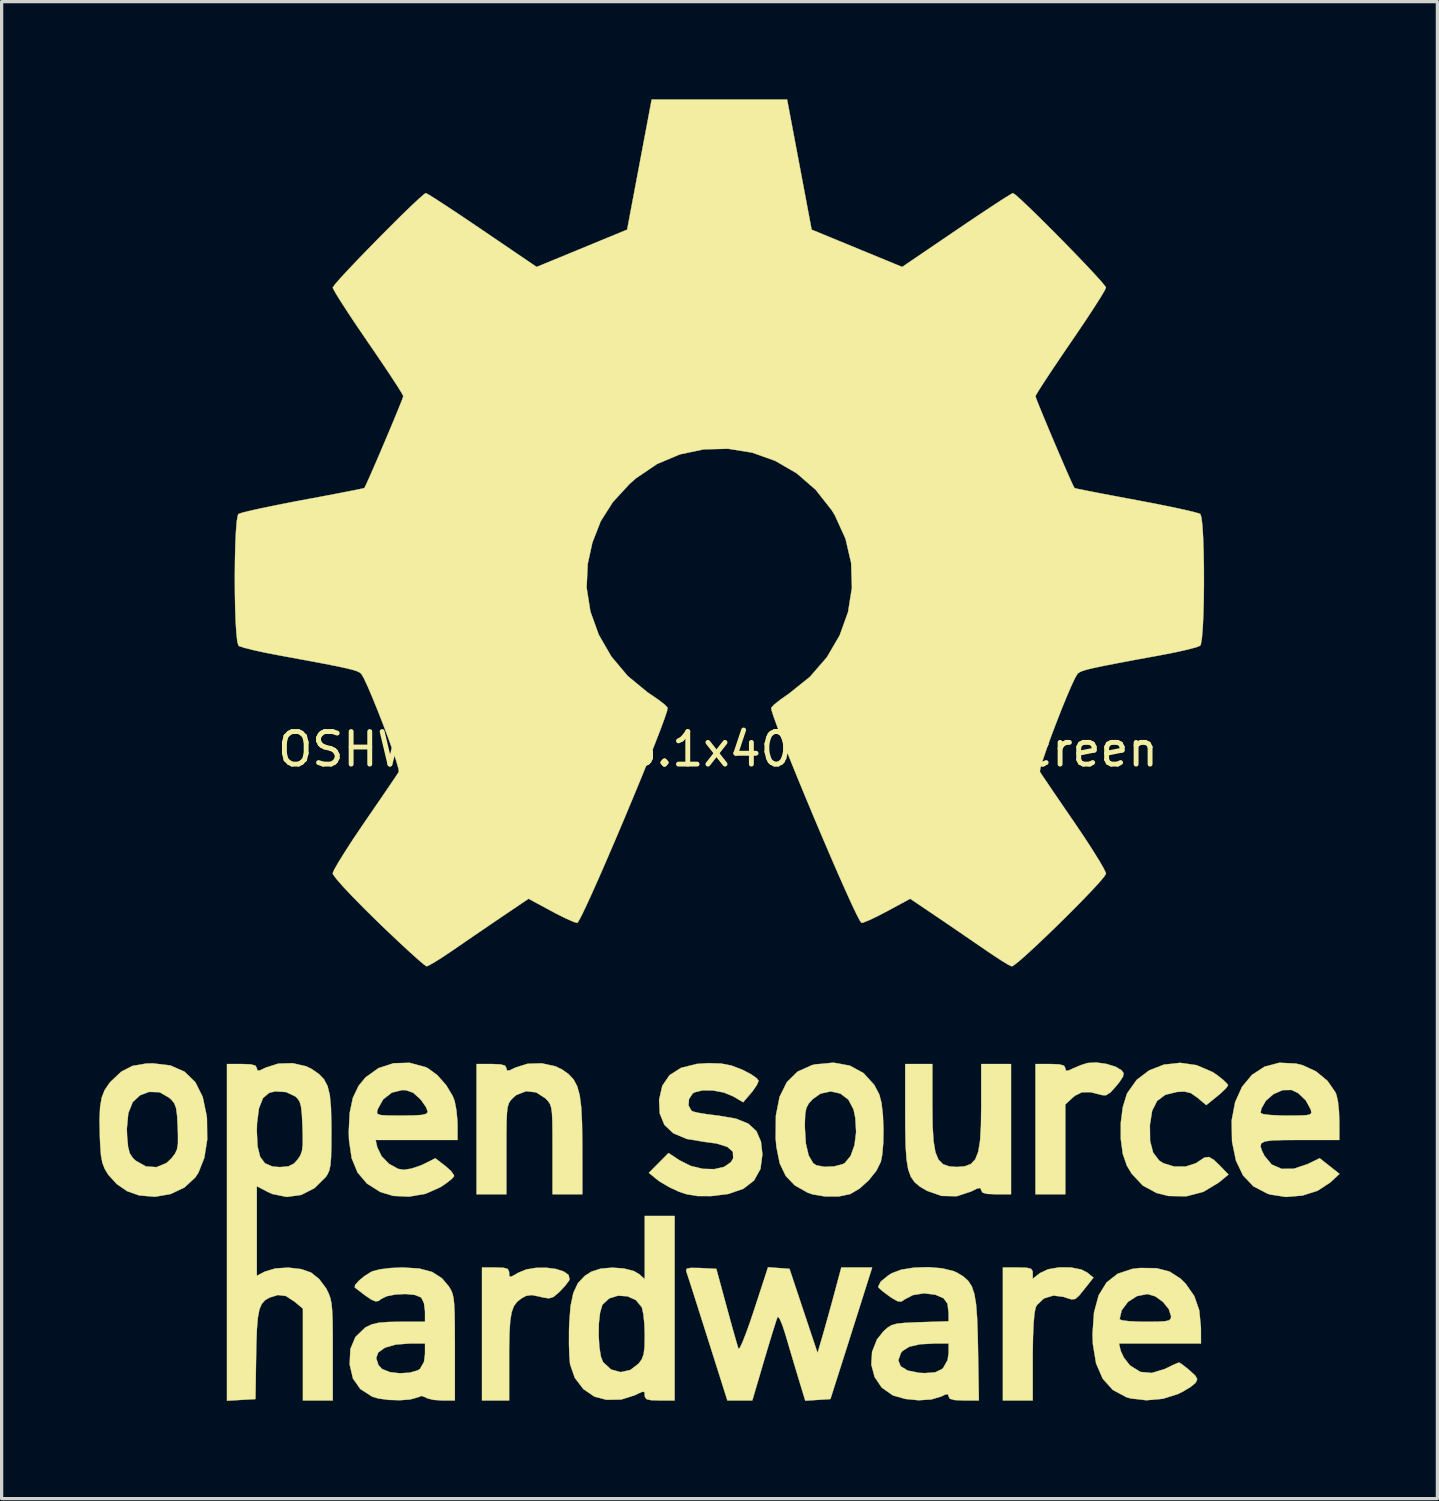
<source format=kicad_pcb>
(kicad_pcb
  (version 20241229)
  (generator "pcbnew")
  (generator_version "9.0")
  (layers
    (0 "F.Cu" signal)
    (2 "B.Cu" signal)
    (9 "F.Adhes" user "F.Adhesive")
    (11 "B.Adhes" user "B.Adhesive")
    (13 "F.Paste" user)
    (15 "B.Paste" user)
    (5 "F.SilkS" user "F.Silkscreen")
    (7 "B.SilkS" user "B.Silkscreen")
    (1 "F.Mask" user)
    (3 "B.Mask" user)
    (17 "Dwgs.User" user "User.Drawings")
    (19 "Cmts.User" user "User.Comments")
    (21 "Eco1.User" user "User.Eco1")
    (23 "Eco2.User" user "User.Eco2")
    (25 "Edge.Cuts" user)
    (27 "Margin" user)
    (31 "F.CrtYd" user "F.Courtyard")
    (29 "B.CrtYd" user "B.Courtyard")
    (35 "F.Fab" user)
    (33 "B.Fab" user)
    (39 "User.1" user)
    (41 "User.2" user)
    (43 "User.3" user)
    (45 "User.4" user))
  (footprint "OSHW-Logo_38.1x40mm_SilkScreen"
    (layer "F.Cu")
    (at 18.99 19.95)
    (property "Reference" "OSHW-Logo_38.1x40mm_SilkScreen" (at 0 0 0) (layer "F.SilkS") (effects (font (size 1 1) (thickness 0.15))))
    (attr board_only exclude_from_pos_files exclude_from_bom allow_missing_courtyard)
    (fp_poly (pts (xy 11.918 9.656) (xy 12.204 9.744) (xy 12.389 9.855) (xy 12.449 9.942) (xy 12.432 10.046) (xy 12.325 10.209) (xy 12.234 10.324) (xy 12.047 10.532) (xy 11.907 10.62) (xy 11.787 10.614) (xy 11.431 10.524) (xy 11.17 10.528) (xy 10.959 10.631) (xy 10.887 10.691) (xy 10.66 10.902) (xy 10.66 13.658) (xy 9.744 13.658) (xy 9.744 9.66) (xy 10.202 9.66) (xy 10.477 9.671) (xy 10.619 9.71) (xy 10.66 9.785) (xy 10.66 9.787) (xy 10.679 9.866) (xy 10.767 9.856) (xy 10.889 9.799) (xy 11.14 9.693) (xy 11.344 9.629) (xy 11.607 9.613) (xy 11.918 9.656)) (stroke (width 0.01) (type solid)) (fill yes) (layer "F.SilkS"))
    (fp_poly (pts (xy 10.83 15.905) (xy 11.15 15.968) (xy 11.333 16.061) (xy 11.524 16.217) (xy 11.252 16.561) (xy 11.083 16.77) (xy 10.969 16.871) (xy 10.856 16.887) (xy 10.69 16.837) (xy 10.612 16.809) (xy 10.294 16.767) (xy 10.003 16.856) (xy 9.789 17.059) (xy 9.754 17.123) (xy 9.717 17.294) (xy 9.687 17.609) (xy 9.668 18.046) (xy 9.66 18.582) (xy 9.66 18.658) (xy 9.66 19.987) (xy 8.744 19.987) (xy 8.744 15.906) (xy 9.202 15.906) (xy 9.466 15.913) (xy 9.604 15.944) (xy 9.655 16.013) (xy 9.66 16.079) (xy 9.66 16.251) (xy 9.88 16.079) (xy 10.131 15.961) (xy 10.469 15.903) (xy 10.83 15.905)) (stroke (width 0.01) (type solid)) (fill yes) (layer "F.SilkS"))
    (fp_poly (pts (xy -6.579 15.915) (xy -6.454 15.952) (xy -6.414 16.035) (xy -6.412 16.072) (xy -6.405 16.175) (xy -6.356 16.191) (xy -6.221 16.12) (xy -6.142 16.072) (xy -5.89 15.968) (xy -5.59 15.917) (xy -5.275 15.913) (xy -4.98 15.951) (xy -4.739 16.027) (xy -4.587 16.134) (xy -4.557 16.268) (xy -4.572 16.305) (xy -4.683 16.456) (xy -4.854 16.641) (xy -4.885 16.671) (xy -5.049 16.809) (xy -5.191 16.854) (xy -5.388 16.823) (xy -5.467 16.802) (xy -5.714 16.752) (xy -5.887 16.775) (xy -6.033 16.853) (xy -6.167 16.959) (xy -6.266 17.092) (xy -6.334 17.277) (xy -6.378 17.541) (xy -6.402 17.907) (xy -6.412 18.402) (xy -6.412 18.701) (xy -6.412 19.987) (xy -7.245 19.987) (xy -7.245 15.906) (xy -6.829 15.906) (xy -6.579 15.915)) (stroke (width 0.01) (type solid)) (fill yes) (layer "F.SilkS"))
    (fp_poly (pts (xy 6.579 10.957) (xy 6.587 11.567) (xy 6.616 12.031) (xy 6.673 12.368) (xy 6.767 12.595) (xy 6.904 12.734) (xy 7.094 12.802) (xy 7.329 12.82) (xy 7.574 12.8) (xy 7.761 12.729) (xy 7.896 12.586) (xy 7.988 12.353) (xy 8.044 12.011) (xy 8.071 11.54) (xy 8.078 10.957) (xy 8.078 9.66) (xy 8.994 9.66) (xy 8.994 13.658) (xy 8.536 13.658) (xy 8.26 13.647) (xy 8.118 13.607) (xy 8.078 13.533) (xy 8.054 13.466) (xy 7.959 13.48) (xy 7.767 13.574) (xy 7.327 13.719) (xy 6.861 13.709) (xy 6.414 13.552) (xy 6.201 13.427) (xy 6.038 13.292) (xy 5.92 13.124) (xy 5.838 12.898) (xy 5.787 12.591) (xy 5.759 12.18) (xy 5.748 11.64) (xy 5.746 11.223) (xy 5.746 9.66) (xy 6.579 9.66) (xy 6.579 10.957)) (stroke (width 0.01) (type solid)) (fill yes) (layer "F.SilkS"))
    (fp_poly (pts (xy -4.994 9.729) (xy -4.787 9.828) (xy -4.586 9.971) (xy -4.433 10.136) (xy -4.321 10.346) (xy -4.245 10.625) (xy -4.198 10.996) (xy -4.174 11.485) (xy -4.166 12.114) (xy -4.166 12.18) (xy -4.164 13.658) (xy -5.08 13.658) (xy -5.08 12.295) (xy -5.081 11.79) (xy -5.085 11.424) (xy -5.097 11.17) (xy -5.121 10.999) (xy -5.16 10.884) (xy -5.218 10.798) (xy -5.3 10.713) (xy -5.583 10.53) (xy -5.893 10.496) (xy -6.189 10.611) (xy -6.291 10.698) (xy -6.367 10.778) (xy -6.421 10.865) (xy -6.457 10.985) (xy -6.479 11.165) (xy -6.491 11.432) (xy -6.495 11.815) (xy -6.496 12.28) (xy -6.496 13.658) (xy -7.412 13.658) (xy -7.412 9.66) (xy -6.954 9.66) (xy -6.679 9.671) (xy -6.537 9.71) (xy -6.496 9.785) (xy -6.496 9.787) (xy -6.477 9.861) (xy -6.392 9.853) (xy -6.225 9.772) (xy -5.845 9.652) (xy -5.411 9.639) (xy -4.994 9.729)) (stroke (width 0.01) (type solid)) (fill yes) (layer "F.SilkS"))
    (fp_poly (pts (xy 14.685 9.695) (xy 15.167 9.9) (xy 15.319 10) (xy 15.513 10.153) (xy 15.635 10.274) (xy 15.656 10.313) (xy 15.597 10.4) (xy 15.444 10.548) (xy 15.321 10.651) (xy 14.986 10.921) (xy 14.721 10.698) (xy 14.517 10.554) (xy 14.317 10.505) (xy 14.089 10.517) (xy 13.726 10.607) (xy 13.477 10.794) (xy 13.325 11.096) (xy 13.256 11.532) (xy 13.256 11.533) (xy 13.262 12.02) (xy 13.355 12.378) (xy 13.539 12.621) (xy 13.665 12.704) (xy 13.999 12.807) (xy 14.356 12.807) (xy 14.667 12.707) (xy 14.74 12.658) (xy 14.925 12.534) (xy 15.069 12.514) (xy 15.224 12.606) (xy 15.396 12.772) (xy 15.668 13.053) (xy 15.366 13.302) (xy 14.899 13.583) (xy 14.373 13.721) (xy 13.824 13.711) (xy 13.462 13.62) (xy 13.04 13.392) (xy 12.703 13.035) (xy 12.55 12.783) (xy 12.425 12.422) (xy 12.363 11.963) (xy 12.363 11.467) (xy 12.423 10.99) (xy 12.545 10.591) (xy 12.564 10.55) (xy 12.848 10.149) (xy 13.233 9.856) (xy 13.687 9.679) (xy 14.181 9.624) (xy 14.685 9.695)) (stroke (width 0.01) (type solid)) (fill yes) (layer "F.SilkS"))
    (fp_poly (pts (xy 4.045 9.71) (xy 4.466 9.939) (xy 4.796 10.301) (xy 4.951 10.596) (xy 5.018 10.856) (xy 5.061 11.227) (xy 5.079 11.654) (xy 5.072 12.083) (xy 5.038 12.46) (xy 4.997 12.661) (xy 4.861 12.937) (xy 4.626 13.229) (xy 4.342 13.485) (xy 4.061 13.65) (xy 4.054 13.653) (xy 3.706 13.725) (xy 3.293 13.727) (xy 2.9 13.661) (xy 2.749 13.608) (xy 2.358 13.387) (xy 2.079 13.097) (xy 1.895 12.713) (xy 1.793 12.21) (xy 1.769 11.946) (xy 1.772 11.615) (xy 2.665 11.615) (xy 2.695 12.098) (xy 2.782 12.467) (xy 2.919 12.702) (xy 3.017 12.769) (xy 3.268 12.816) (xy 3.567 12.802) (xy 3.825 12.735) (xy 3.892 12.698) (xy 4.071 12.481) (xy 4.189 12.15) (xy 4.239 11.747) (xy 4.214 11.315) (xy 4.16 11.055) (xy 4.002 10.754) (xy 3.754 10.566) (xy 3.455 10.501) (xy 3.146 10.569) (xy 2.908 10.737) (xy 2.783 10.874) (xy 2.711 11.01) (xy 2.676 11.194) (xy 2.665 11.476) (xy 2.665 11.615) (xy 1.772 11.615) (xy 1.776 11.243) (xy 1.89 10.666) (xy 2.113 10.216) (xy 2.444 9.892) (xy 2.883 9.695) (xy 2.978 9.672) (xy 3.545 9.619) (xy 4.045 9.71)) (stroke (width 0.01) (type solid)) (fill yes) (layer "F.SilkS"))
    (fp_poly (pts (xy 1.865 15.923) (xy 2.194 15.948) (xy 2.624 17.239) (xy 3.055 18.53) (xy 3.19 18.071) (xy 3.271 17.788) (xy 3.378 17.406) (xy 3.494 16.985) (xy 3.555 16.76) (xy 3.784 15.906) (xy 4.731 15.906) (xy 4.448 16.801) (xy 4.309 17.242) (xy 4.14 17.773) (xy 3.965 18.327) (xy 3.808 18.821) (xy 3.45 19.945) (xy 2.678 19.995) (xy 2.468 19.304) (xy 2.339 18.875) (xy 2.198 18.401) (xy 2.075 17.983) (xy 2.07 17.966) (xy 1.978 17.683) (xy 1.897 17.49) (xy 1.84 17.417) (xy 1.828 17.425) (xy 1.787 17.538) (xy 1.71 17.781) (xy 1.604 18.123) (xy 1.481 18.533) (xy 1.414 18.759) (xy 1.053 19.987) (xy 0.287 19.987) (xy -0.326 18.051) (xy -0.498 17.508) (xy -0.655 17.014) (xy -0.789 16.594) (xy -0.893 16.27) (xy -0.96 16.066) (xy -0.98 16.006) (xy -0.964 15.945) (xy -0.838 15.918) (xy -0.577 15.921) (xy -0.537 15.923) (xy -0.052 15.948) (xy 0.265 17.114) (xy 0.381 17.539) (xy 0.485 17.913) (xy 0.568 18.203) (xy 0.62 18.376) (xy 0.629 18.405) (xy 0.669 18.372) (xy 0.749 18.203) (xy 0.86 17.922) (xy 0.993 17.55) (xy 1.106 17.214) (xy 1.535 15.898) (xy 1.865 15.923)) (stroke (width 0.01) (type solid)) (fill yes) (layer "F.SilkS"))
    (fp_poly (pts (xy -16.811 9.704) (xy -16.375 9.896) (xy -16.044 10.218) (xy -15.818 10.669) (xy -15.696 11.25) (xy -15.687 11.341) (xy -15.68 11.981) (xy -15.769 12.541) (xy -15.949 12.996) (xy -16.045 13.142) (xy -16.38 13.451) (xy -16.806 13.652) (xy -17.284 13.735) (xy -17.771 13.693) (xy -18.141 13.562) (xy -18.459 13.343) (xy -18.719 13.055) (xy -18.724 13.048) (xy -18.829 12.871) (xy -18.898 12.692) (xy -18.94 12.467) (xy -18.964 12.149) (xy -18.975 11.888) (xy -18.979 11.651) (xy -18.147 11.651) (xy -18.138 11.887) (xy -18.109 12.2) (xy -18.057 12.401) (xy -17.963 12.544) (xy -17.875 12.628) (xy -17.563 12.803) (xy -17.236 12.826) (xy -16.932 12.7) (xy -16.78 12.559) (xy -16.671 12.417) (xy -16.607 12.281) (xy -16.578 12.104) (xy -16.577 11.839) (xy -16.585 11.594) (xy -16.604 11.245) (xy -16.634 11.019) (xy -16.687 10.871) (xy -16.777 10.759) (xy -16.848 10.694) (xy -17.145 10.525) (xy -17.466 10.516) (xy -17.736 10.617) (xy -17.965 10.826) (xy -18.102 11.17) (xy -18.147 11.651) (xy -18.979 11.651) (xy -18.985 11.369) (xy -18.968 10.981) (xy -18.918 10.689) (xy -18.827 10.459) (xy -18.689 10.256) (xy -18.638 10.196) (xy -18.318 9.895) (xy -17.976 9.719) (xy -17.556 9.646) (xy -17.352 9.64) (xy -16.811 9.704)) (stroke (width 0.01) (type solid)) (fill yes) (layer "F.SilkS"))
    (fp_poly (pts (xy -1.332 19.987) (xy -1.79 19.987) (xy -2.056 19.979) (xy -2.195 19.947) (xy -2.245 19.877) (xy -2.249 19.829) (xy -2.257 19.734) (xy -2.31 19.716) (xy -2.449 19.775) (xy -2.558 19.829) (xy -2.974 19.959) (xy -3.426 19.966) (xy -3.793 19.87) (xy -4.136 19.636) (xy -4.397 19.292) (xy -4.539 18.885) (xy -4.543 18.862) (xy -4.564 18.614) (xy -4.575 18.258) (xy -4.574 17.989) (xy -3.664 17.989) (xy -3.643 18.347) (xy -3.595 18.642) (xy -3.53 18.808) (xy -3.285 19.036) (xy -2.993 19.118) (xy -2.693 19.052) (xy -2.436 18.855) (xy -2.339 18.722) (xy -2.282 18.564) (xy -2.255 18.334) (xy -2.249 17.987) (xy -2.26 17.644) (xy -2.291 17.343) (xy -2.335 17.141) (xy -2.343 17.123) (xy -2.52 16.908) (xy -2.779 16.79) (xy -3.069 16.771) (xy -3.338 16.853) (xy -3.537 17.038) (xy -3.558 17.075) (xy -3.622 17.299) (xy -3.658 17.622) (xy -3.664 17.989) (xy -4.574 17.989) (xy -4.574 17.852) (xy -4.568 17.634) (xy -4.527 17.094) (xy -4.442 16.688) (xy -4.301 16.388) (xy -4.092 16.165) (xy -3.889 16.034) (xy -3.605 15.942) (xy -3.252 15.911) (xy -2.891 15.936) (xy -2.582 16.016) (xy -2.418 16.112) (xy -2.249 16.265) (xy -2.249 14.324) (xy -1.332 14.324) (xy -1.332 19.987)) (stroke (width 0.01) (type solid)) (fill yes) (layer "F.SilkS"))
    (fp_poly (pts (xy 17.736 9.646) (xy 17.949 9.698) (xy 18.358 9.888) (xy 18.707 10.177) (xy 18.949 10.525) (xy 18.982 10.603) (xy 19.028 10.807) (xy 19.06 11.109) (xy 19.071 11.415) (xy 19.071 11.992) (xy 17.863 11.992) (xy 17.365 11.994) (xy 17.014 12.005) (xy 16.791 12.035) (xy 16.677 12.092) (xy 16.651 12.184) (xy 16.695 12.32) (xy 16.774 12.48) (xy 16.995 12.746) (xy 17.302 12.879) (xy 17.676 12.874) (xy 18.101 12.73) (xy 18.468 12.552) (xy 18.772 12.792) (xy 19.076 13.033) (xy 18.79 13.298) (xy 18.408 13.548) (xy 17.938 13.698) (xy 17.432 13.741) (xy 16.943 13.665) (xy 16.864 13.639) (xy 16.434 13.415) (xy 16.115 13.08) (xy 15.898 12.625) (xy 15.778 12.041) (xy 15.777 12.028) (xy 15.766 11.391) (xy 15.81 11.163) (xy 16.656 11.163) (xy 16.733 11.198) (xy 16.944 11.225) (xy 17.255 11.24) (xy 17.452 11.243) (xy 17.82 11.241) (xy 18.05 11.232) (xy 18.171 11.208) (xy 18.212 11.161) (xy 18.201 11.085) (xy 18.192 11.055) (xy 18.043 10.778) (xy 17.809 10.554) (xy 17.602 10.456) (xy 17.328 10.462) (xy 17.049 10.585) (xy 16.816 10.787) (xy 16.676 11.034) (xy 16.656 11.163) (xy 15.81 11.163) (xy 15.873 10.83) (xy 16.085 10.36) (xy 16.39 9.993) (xy 16.775 9.742) (xy 17.227 9.622) (xy 17.736 9.646)) (stroke (width 0.01) (type solid)) (fill yes) (layer "F.SilkS"))
    (fp_poly (pts (xy 0.093 9.646) (xy 0.408 9.706) (xy 0.735 9.831) (xy 0.77 9.847) (xy 1.018 9.977) (xy 1.19 10.099) (xy 1.246 10.176) (xy 1.193 10.303) (xy 1.064 10.49) (xy 1.007 10.56) (xy 0.772 10.834) (xy 0.469 10.655) (xy 0.181 10.536) (xy -0.152 10.473) (xy -0.471 10.469) (xy -0.719 10.528) (xy -0.778 10.566) (xy -0.891 10.737) (xy -0.905 10.934) (xy -0.82 11.088) (xy -0.77 11.118) (xy -0.62 11.155) (xy -0.357 11.199) (xy -0.032 11.24) (xy 0.028 11.247) (xy 0.55 11.337) (xy 0.928 11.49) (xy 1.179 11.721) (xy 1.318 12.043) (xy 1.362 12.436) (xy 1.302 12.883) (xy 1.107 13.234) (xy 0.777 13.49) (xy 0.31 13.65) (xy -0.208 13.714) (xy -0.631 13.713) (xy -0.973 13.655) (xy -1.208 13.576) (xy -1.503 13.437) (xy -1.777 13.276) (xy -1.874 13.205) (xy -2.124 13.001) (xy -1.822 12.697) (xy -1.521 12.392) (xy -1.178 12.618) (xy -0.835 12.789) (xy -0.468 12.878) (xy -0.115 12.887) (xy 0.186 12.818) (xy 0.397 12.673) (xy 0.466 12.55) (xy 0.456 12.354) (xy 0.286 12.204) (xy -0.043 12.1) (xy -0.404 12.052) (xy -0.959 11.96) (xy -1.371 11.787) (xy -1.646 11.529) (xy -1.789 11.178) (xy -1.809 10.763) (xy -1.711 10.329) (xy -1.487 10.002) (xy -1.136 9.778) (xy -0.655 9.658) (xy -0.299 9.634) (xy 0.093 9.646)) (stroke (width 0.01) (type solid)) (fill yes) (layer "F.SilkS"))
    (fp_poly (pts (xy 13.462 15.928) (xy 13.86 16.031) (xy 14.193 16.245) (xy 14.355 16.405) (xy 14.619 16.782) (xy 14.771 17.219) (xy 14.823 17.757) (xy 14.823 17.801) (xy 14.824 18.238) (xy 12.307 18.238) (xy 12.361 18.467) (xy 12.458 18.674) (xy 12.627 18.891) (xy 12.663 18.925) (xy 12.967 19.112) (xy 13.315 19.143) (xy 13.715 19.021) (xy 13.783 18.988) (xy 13.991 18.887) (xy 14.13 18.83) (xy 14.154 18.824) (xy 14.239 18.876) (xy 14.401 19.002) (xy 14.483 19.071) (xy 14.653 19.229) (xy 14.709 19.333) (xy 14.67 19.429) (xy 14.649 19.455) (xy 14.509 19.57) (xy 14.277 19.71) (xy 14.116 19.791) (xy 13.657 19.935) (xy 13.149 19.981) (xy 12.668 19.926) (xy 12.533 19.887) (xy 12.117 19.663) (xy 11.807 19.319) (xy 11.605 18.852) (xy 11.506 18.257) (xy 11.495 17.947) (xy 11.527 17.494) (xy 12.325 17.494) (xy 12.402 17.527) (xy 12.61 17.554) (xy 12.912 17.569) (xy 13.116 17.572) (xy 13.484 17.569) (xy 13.716 17.557) (xy 13.844 17.529) (xy 13.897 17.479) (xy 13.908 17.407) (xy 13.836 17.182) (xy 13.656 16.961) (xy 13.42 16.791) (xy 13.183 16.721) (xy 12.862 16.783) (xy 12.584 16.961) (xy 12.391 17.219) (xy 12.325 17.494) (xy 11.527 17.494) (xy 11.541 17.287) (xy 11.683 16.762) (xy 11.924 16.367) (xy 12.268 16.097) (xy 12.716 15.949) (xy 12.959 15.921) (xy 13.462 15.928)) (stroke (width 0.01) (type solid)) (fill yes) (layer "F.SilkS"))
    (fp_poly (pts (xy -8.985 9.753) (xy -8.902 9.792) (xy -8.615 10.003) (xy -8.344 10.31) (xy -8.141 10.648) (xy -8.083 10.803) (xy -8.03 11.081) (xy -7.999 11.416) (xy -7.995 11.555) (xy -7.995 11.992) (xy -10.511 11.992) (xy -10.458 12.221) (xy -10.326 12.492) (xy -10.096 12.726) (xy -9.822 12.877) (xy -9.647 12.908) (xy -9.411 12.87) (xy -9.128 12.775) (xy -9.032 12.731) (xy -8.678 12.554) (xy -8.375 12.785) (xy -8.2 12.941) (xy -8.107 13.07) (xy -8.103 13.108) (xy -8.186 13.199) (xy -8.368 13.339) (xy -8.533 13.447) (xy -8.978 13.643) (xy -9.478 13.731) (xy -9.973 13.708) (xy -10.368 13.588) (xy -10.775 13.331) (xy -11.064 12.992) (xy -11.245 12.553) (xy -11.327 11.997) (xy -11.335 11.742) (xy -11.306 11.159) (xy -11.302 11.142) (xy -10.468 11.142) (xy -10.445 11.196) (xy -10.351 11.227) (xy -10.156 11.24) (xy -9.832 11.243) (xy -9.708 11.243) (xy -9.328 11.238) (xy -9.088 11.222) (xy -8.958 11.189) (xy -8.912 11.136) (xy -8.911 11.119) (xy -8.963 10.984) (xy -9.094 10.794) (xy -9.15 10.728) (xy -9.359 10.54) (xy -9.576 10.466) (xy -9.694 10.46) (xy -10.011 10.537) (xy -10.277 10.744) (xy -10.446 11.045) (xy -10.449 11.055) (xy -10.468 11.142) (xy -11.302 11.142) (xy -11.209 10.699) (xy -11.034 10.332) (xy -10.821 10.071) (xy -10.426 9.788) (xy -9.962 9.637) (xy -9.469 9.623) (xy -8.985 9.753)) (stroke (width 0.01) (type solid)) (fill yes) (layer "F.SilkS"))
    (fp_poly (pts (xy 6.877 15.931) (xy 7.228 16.016) (xy 7.33 16.061) (xy 7.527 16.18) (xy 7.677 16.313) (xy 7.789 16.484) (xy 7.868 16.717) (xy 7.921 17.034) (xy 7.953 17.458) (xy 7.973 18.013) (xy 7.98 18.384) (xy 8.007 19.987) (xy 7.543 19.987) (xy 7.261 19.975) (xy 7.116 19.935) (xy 7.079 19.867) (xy 7.059 19.794) (xy 6.97 19.808) (xy 6.85 19.866) (xy 6.548 19.956) (xy 6.159 19.981) (xy 5.751 19.941) (xy 5.389 19.839) (xy 5.356 19.825) (xy 5.025 19.592) (xy 4.807 19.269) (xy 4.706 18.891) (xy 4.714 18.755) (xy 5.534 18.755) (xy 5.606 18.938) (xy 5.82 19.069) (xy 6.165 19.139) (xy 6.35 19.148) (xy 6.658 19.125) (xy 6.862 19.032) (xy 6.912 18.988) (xy 7.047 18.747) (xy 7.079 18.53) (xy 7.079 18.238) (xy 6.673 18.238) (xy 6.201 18.262) (xy 5.87 18.338) (xy 5.661 18.47) (xy 5.614 18.529) (xy 5.534 18.755) (xy 4.714 18.755) (xy 4.729 18.494) (xy 4.879 18.115) (xy 5.084 17.859) (xy 5.208 17.749) (xy 5.33 17.676) (xy 5.488 17.631) (xy 5.722 17.606) (xy 6.071 17.59) (xy 6.21 17.585) (xy 7.079 17.557) (xy 7.077 17.294) (xy 7.044 17.017) (xy 6.922 16.85) (xy 6.676 16.743) (xy 6.67 16.741) (xy 6.321 16.699) (xy 5.98 16.754) (xy 5.726 16.887) (xy 5.625 16.953) (xy 5.515 16.944) (xy 5.347 16.849) (xy 5.248 16.781) (xy 5.054 16.637) (xy 4.934 16.53) (xy 4.915 16.499) (xy 4.994 16.339) (xy 5.228 16.148) (xy 5.33 16.084) (xy 5.622 15.973) (xy 6.016 15.91) (xy 6.454 15.896) (xy 6.877 15.931)) (stroke (width 0.01) (type solid)) (fill yes) (layer "F.SilkS"))
    (fp_poly (pts (xy -9.168 15.938) (xy -8.776 16.043) (xy -8.478 16.233) (xy -8.267 16.481) (xy -8.202 16.587) (xy -8.153 16.698) (xy -8.12 16.839) (xy -8.098 17.038) (xy -8.085 17.32) (xy -8.08 17.711) (xy -8.078 18.236) (xy -8.078 18.375) (xy -8.078 19.987) (xy -8.478 19.987) (xy -8.733 19.969) (xy -8.921 19.924) (xy -8.969 19.896) (xy -9.098 19.848) (xy -9.23 19.896) (xy -9.447 19.956) (xy -9.762 19.98) (xy -10.112 19.97) (xy -10.431 19.926) (xy -10.618 19.869) (xy -10.979 19.637) (xy -11.205 19.316) (xy -11.306 18.888) (xy -11.307 18.877) (xy -11.298 18.687) (xy -10.493 18.687) (xy -10.423 18.903) (xy -10.308 19.024) (xy -10.078 19.116) (xy -9.774 19.153) (xy -9.464 19.135) (xy -9.216 19.063) (xy -9.146 19.016) (xy -9.025 18.802) (xy -8.994 18.558) (xy -8.994 18.238) (xy -9.455 18.238) (xy -9.892 18.272) (xy -10.224 18.367) (xy -10.431 18.516) (xy -10.493 18.687) (xy -11.298 18.687) (xy -11.285 18.409) (xy -11.131 18.04) (xy -10.841 17.76) (xy -10.801 17.735) (xy -10.629 17.652) (xy -10.416 17.602) (xy -10.118 17.578) (xy -9.764 17.572) (xy -8.994 17.572) (xy -8.994 17.249) (xy -9.027 16.998) (xy -9.11 16.83) (xy -9.12 16.822) (xy -9.305 16.748) (xy -9.586 16.72) (xy -9.895 16.734) (xy -10.169 16.788) (xy -10.332 16.868) (xy -10.42 16.933) (xy -10.513 16.946) (xy -10.641 16.892) (xy -10.835 16.761) (xy -11.125 16.538) (xy -11.152 16.517) (xy -11.138 16.44) (xy -11.024 16.311) (xy -10.851 16.168) (xy -10.66 16.048) (xy -10.6 16.02) (xy -10.381 15.963) (xy -10.059 15.923) (xy -9.701 15.906) (xy -9.684 15.906) (xy -9.168 15.938)) (stroke (width 0.01) (type solid)) (fill yes) (layer "F.SilkS"))
    (fp_poly (pts (xy -12.642 9.73) (xy -12.466 9.817) (xy -12.25 9.968) (xy -12.092 10.133) (xy -11.984 10.34) (xy -11.916 10.618) (xy -11.881 10.994) (xy -11.868 11.499) (xy -11.867 11.715) (xy -11.869 12.191) (xy -11.878 12.53) (xy -11.898 12.765) (xy -11.932 12.926) (xy -11.985 13.045) (xy -12.039 13.126) (xy -12.386 13.47) (xy -12.795 13.678) (xy -13.236 13.74) (xy -13.68 13.65) (xy -13.821 13.586) (xy -14.157 13.411) (xy -14.157 16.16) (xy -13.912 16.033) (xy -13.588 15.935) (xy -13.19 15.91) (xy -12.793 15.956) (xy -12.493 16.061) (xy -12.244 16.26) (xy -12.031 16.544) (xy -12.015 16.574) (xy -11.948 16.711) (xy -11.898 16.85) (xy -11.864 17.018) (xy -11.843 17.244) (xy -11.831 17.555) (xy -11.826 17.981) (xy -11.826 18.459) (xy -11.826 19.987) (xy -12.742 19.987) (xy -12.742 17.17) (xy -12.998 16.955) (xy -13.264 16.782) (xy -13.516 16.751) (xy -13.77 16.831) (xy -13.905 16.911) (xy -14.005 17.023) (xy -14.077 17.193) (xy -14.125 17.445) (xy -14.155 17.802) (xy -14.172 18.289) (xy -14.178 18.613) (xy -14.199 19.945) (xy -14.636 19.97) (xy -15.073 19.996) (xy -15.073 11.727) (xy -14.157 11.727) (xy -14.134 12.188) (xy -14.055 12.508) (xy -13.908 12.707) (xy -13.68 12.805) (xy -13.45 12.825) (xy -13.188 12.802) (xy -13.015 12.714) (xy -12.907 12.596) (xy -12.822 12.47) (xy -12.771 12.329) (xy -12.748 12.132) (xy -12.748 11.837) (xy -12.755 11.589) (xy -12.773 11.217) (xy -12.799 10.972) (xy -12.842 10.817) (xy -12.913 10.712) (xy -12.98 10.652) (xy -13.259 10.521) (xy -13.589 10.5) (xy -13.779 10.545) (xy -13.967 10.706) (xy -14.091 11.019) (xy -14.151 11.482) (xy -14.157 11.727) (xy -15.073 11.727) (xy -15.073 9.66) (xy -14.615 9.66) (xy -14.34 9.671) (xy -14.199 9.71) (xy -14.157 9.785) (xy -14.157 9.787) (xy -14.138 9.861) (xy -14.054 9.853) (xy -13.887 9.772) (xy -13.497 9.648) (xy -13.058 9.635) (xy -12.642 9.73)) (stroke (width 0.01) (type solid)) (fill yes) (layer "F.SilkS"))
    (fp_poly (pts (xy 2.497 -17.948) (xy 2.873 -15.951) (xy 5.652 -14.806) (xy 7.318 -15.939) (xy 7.785 -16.254) (xy 8.207 -16.536) (xy 8.564 -16.771) (xy 8.837 -16.947) (xy 9.007 -17.05) (xy 9.053 -17.072) (xy 9.136 -17.015) (xy 9.313 -16.857) (xy 9.565 -16.618) (xy 9.872 -16.319) (xy 10.213 -15.979) (xy 10.57 -15.619) (xy 10.921 -15.259) (xy 11.247 -14.92) (xy 11.528 -14.62) (xy 11.745 -14.382) (xy 11.877 -14.225) (xy 11.909 -14.172) (xy 11.863 -14.075) (xy 11.736 -13.862) (xy 11.54 -13.554) (xy 11.289 -13.172) (xy 10.996 -12.737) (xy 10.826 -12.489) (xy 10.517 -12.035) (xy 10.242 -11.626) (xy 10.015 -11.282) (xy 9.849 -11.023) (xy 9.757 -10.868) (xy 9.744 -10.836) (xy 9.775 -10.744) (xy 9.86 -10.53) (xy 9.986 -10.223) (xy 10.14 -9.854) (xy 10.309 -9.453) (xy 10.481 -9.05) (xy 10.643 -8.675) (xy 10.781 -8.359) (xy 10.884 -8.132) (xy 10.938 -8.023) (xy 10.941 -8.019) (xy 11.025 -7.998) (xy 11.25 -7.952) (xy 11.592 -7.885) (xy 12.028 -7.801) (xy 12.535 -7.706) (xy 12.831 -7.651) (xy 13.372 -7.548) (xy 13.861 -7.45) (xy 14.273 -7.362) (xy 14.583 -7.29) (xy 14.766 -7.239) (xy 14.803 -7.223) (xy 14.839 -7.114) (xy 14.868 -6.867) (xy 14.89 -6.511) (xy 14.905 -6.076) (xy 14.914 -5.59) (xy 14.915 -5.081) (xy 14.91 -4.58) (xy 14.897 -4.114) (xy 14.878 -3.712) (xy 14.852 -3.404) (xy 14.82 -3.218) (xy 14.8 -3.18) (xy 14.683 -3.133) (xy 14.434 -3.067) (xy 14.087 -2.988) (xy 13.674 -2.906) (xy 13.53 -2.879) (xy 12.835 -2.752) (xy 12.287 -2.649) (xy 11.866 -2.567) (xy 11.555 -2.502) (xy 11.335 -2.45) (xy 11.189 -2.406) (xy 11.098 -2.366) (xy 11.044 -2.327) (xy 11.036 -2.319) (xy 10.961 -2.193) (xy 10.846 -1.949) (xy 10.703 -1.617) (xy 10.543 -1.225) (xy 10.379 -0.804) (xy 10.22 -0.385) (xy 10.08 0.004) (xy 9.968 0.333) (xy 9.897 0.57) (xy 9.879 0.688) (xy 9.881 0.692) (xy 9.943 0.788) (xy 10.086 0.999) (xy 10.292 1.303) (xy 10.549 1.679) (xy 10.84 2.104) (xy 10.923 2.224) (xy 11.219 2.662) (xy 11.479 3.061) (xy 11.69 3.399) (xy 11.837 3.653) (xy 11.906 3.8) (xy 11.909 3.818) (xy 11.851 3.912) (xy 11.692 4.1) (xy 11.451 4.361) (xy 11.149 4.674) (xy 10.808 5.019) (xy 10.446 5.377) (xy 10.085 5.727) (xy 9.746 6.048) (xy 9.448 6.322) (xy 9.213 6.527) (xy 9.06 6.643) (xy 9.018 6.662) (xy 8.919 6.618) (xy 8.718 6.497) (xy 8.446 6.32) (xy 8.237 6.178) (xy 7.858 5.918) (xy 7.41 5.611) (xy 6.96 5.304) (xy 6.718 5.14) (xy 5.899 4.587) (xy 5.212 4.958) (xy 4.899 5.121) (xy 4.633 5.248) (xy 4.453 5.32) (xy 4.407 5.33) (xy 4.352 5.256) (xy 4.243 5.046) (xy 4.089 4.721) (xy 3.897 4.298) (xy 3.676 3.799) (xy 3.434 3.241) (xy 3.179 2.645) (xy 2.919 2.029) (xy 2.662 1.413) (xy 2.416 0.816) (xy 2.19 0.258) (xy 1.992 -0.242) (xy 1.829 -0.665) (xy 1.71 -0.992) (xy 1.642 -1.203) (xy 1.632 -1.275) (xy 1.717 -1.367) (xy 1.905 -1.517) (xy 2.155 -1.693) (xy 2.176 -1.707) (xy 2.822 -2.225) (xy 3.343 -2.828) (xy 3.735 -3.499) (xy 3.992 -4.217) (xy 4.11 -4.963) (xy 4.086 -5.719) (xy 3.913 -6.464) (xy 3.588 -7.179) (xy 3.493 -7.336) (xy 2.996 -7.968) (xy 2.409 -8.476) (xy 1.752 -8.856) (xy 1.046 -9.107) (xy 0.31 -9.225) (xy -0.434 -9.208) (xy -1.167 -9.054) (xy -1.868 -8.759) (xy -2.517 -8.321) (xy -2.718 -8.143) (xy -3.229 -7.587) (xy -3.601 -7.001) (xy -3.857 -6.344) (xy -3.999 -5.694) (xy -4.034 -4.963) (xy -3.917 -4.228) (xy -3.66 -3.514) (xy -3.274 -2.847) (xy -2.772 -2.25) (xy -2.164 -1.749) (xy -2.085 -1.696) (xy -1.832 -1.523) (xy -1.64 -1.374) (xy -1.548 -1.278) (xy -1.547 -1.275) (xy -1.566 -1.171) (xy -1.645 -0.937) (xy -1.773 -0.59) (xy -1.944 -0.15) (xy -2.149 0.363) (xy -2.379 0.93) (xy -2.628 1.532) (xy -2.886 2.15) (xy -3.146 2.763) (xy -3.399 3.353) (xy -3.638 3.901) (xy -3.854 4.387) (xy -4.039 4.792) (xy -4.185 5.097) (xy -4.284 5.281) (xy -4.324 5.33) (xy -4.445 5.292) (xy -4.673 5.191) (xy -4.967 5.044) (xy -5.129 4.958) (xy -5.816 4.587) (xy -6.635 5.14) (xy -7.053 5.424) (xy -7.51 5.736) (xy -7.939 6.03) (xy -8.154 6.178) (xy -8.456 6.381) (xy -8.712 6.542) (xy -8.888 6.64) (xy -8.945 6.661) (xy -9.028 6.605) (xy -9.212 6.448) (xy -9.48 6.208) (xy -9.813 5.899) (xy -10.193 5.539) (xy -10.433 5.308) (xy -10.854 4.894) (xy -11.217 4.525) (xy -11.509 4.215) (xy -11.714 3.98) (xy -11.818 3.836) (xy -11.828 3.807) (xy -11.782 3.696) (xy -11.654 3.471) (xy -11.458 3.156) (xy -11.21 2.772) (xy -10.922 2.344) (xy -10.84 2.224) (xy -10.542 1.79) (xy -10.274 1.399) (xy -10.053 1.073) (xy -9.891 0.835) (xy -9.806 0.705) (xy -9.797 0.692) (xy -9.81 0.589) (xy -9.875 0.362) (xy -9.983 0.042) (xy -10.121 -0.342) (xy -10.278 -0.76) (xy -10.443 -1.182) (xy -10.604 -1.578) (xy -10.749 -1.918) (xy -10.867 -2.173) (xy -10.947 -2.312) (xy -10.953 -2.319) (xy -11.002 -2.359) (xy -11.084 -2.398) (xy -11.219 -2.441) (xy -11.423 -2.491) (xy -11.716 -2.554) (xy -12.114 -2.632) (xy -12.637 -2.73) (xy -13.303 -2.853) (xy -13.447 -2.879) (xy -13.874 -2.961) (xy -14.246 -3.042) (xy -14.531 -3.113) (xy -14.695 -3.167) (xy -14.717 -3.18) (xy -14.753 -3.291) (xy -14.782 -3.539) (xy -14.805 -3.896) (xy -14.821 -4.332) (xy -14.83 -4.819) (xy -14.832 -5.327) (xy -14.827 -5.828) (xy -14.816 -6.294) (xy -14.797 -6.694) (xy -14.772 -7.001) (xy -14.739 -7.185) (xy -14.72 -7.223) (xy -14.61 -7.261) (xy -14.362 -7.323) (xy -13.999 -7.403) (xy -13.547 -7.496) (xy -13.029 -7.598) (xy -12.747 -7.651) (xy -12.212 -7.751) (xy -11.735 -7.841) (xy -11.339 -7.918) (xy -11.048 -7.976) (xy -10.884 -8.011) (xy -10.858 -8.019) (xy -10.812 -8.107) (xy -10.716 -8.318) (xy -10.582 -8.623) (xy -10.423 -8.991) (xy -10.252 -9.392) (xy -10.081 -9.795) (xy -9.924 -10.172) (xy -9.793 -10.491) (xy -9.701 -10.722) (xy -9.661 -10.835) (xy -9.66 -10.84) (xy -9.706 -10.929) (xy -9.833 -11.135) (xy -10.029 -11.436) (xy -10.28 -11.812) (xy -10.573 -12.244) (xy -10.743 -12.492) (xy -11.053 -12.946) (xy -11.329 -13.359) (xy -11.556 -13.709) (xy -11.722 -13.975) (xy -11.812 -14.137) (xy -11.826 -14.173) (xy -11.769 -14.257) (xy -11.613 -14.438) (xy -11.378 -14.693) (xy -11.083 -15.005) (xy -10.748 -15.351) (xy -10.394 -15.713) (xy -10.039 -16.069) (xy -9.705 -16.401) (xy -9.41 -16.686) (xy -9.175 -16.906) (xy -9.02 -17.04) (xy -8.968 -17.072) (xy -8.883 -17.027) (xy -8.681 -16.901) (xy -8.381 -16.706) (xy -8.002 -16.456) (xy -7.565 -16.162) (xy -7.235 -15.939) (xy -5.568 -14.806) (xy -2.79 -15.951) (xy -2.413 -17.948) (xy -2.037 -19.945) (xy 2.12 -19.945) (xy 2.497 -17.948)) (stroke (width 0.01) (type solid)) (fill yes) (layer "F.SilkS")))
  (gr_rect
    (start -3 -3)
    (end 41.071 42.951)
    (stroke (width 0.1) (type default))
    (fill no)
    (layer "Edge.Cuts")))
</source>
